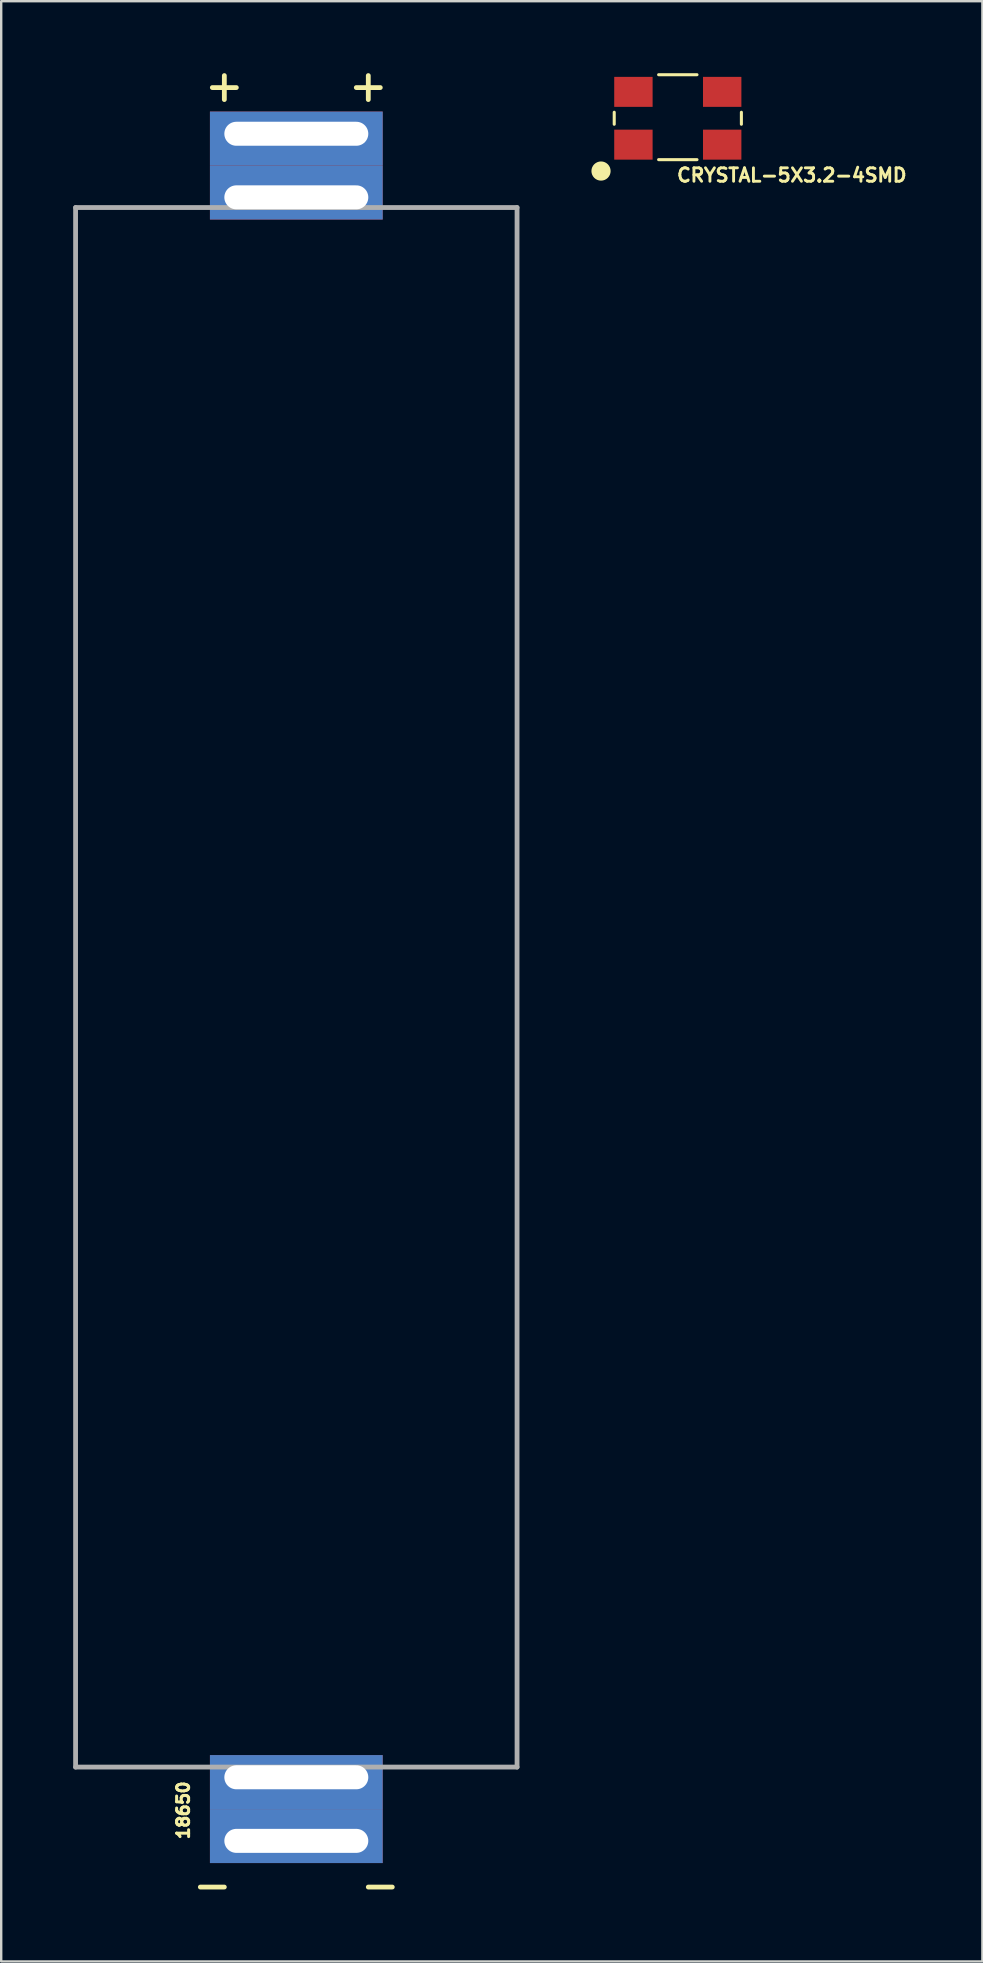
<source format=kicad_pcb>
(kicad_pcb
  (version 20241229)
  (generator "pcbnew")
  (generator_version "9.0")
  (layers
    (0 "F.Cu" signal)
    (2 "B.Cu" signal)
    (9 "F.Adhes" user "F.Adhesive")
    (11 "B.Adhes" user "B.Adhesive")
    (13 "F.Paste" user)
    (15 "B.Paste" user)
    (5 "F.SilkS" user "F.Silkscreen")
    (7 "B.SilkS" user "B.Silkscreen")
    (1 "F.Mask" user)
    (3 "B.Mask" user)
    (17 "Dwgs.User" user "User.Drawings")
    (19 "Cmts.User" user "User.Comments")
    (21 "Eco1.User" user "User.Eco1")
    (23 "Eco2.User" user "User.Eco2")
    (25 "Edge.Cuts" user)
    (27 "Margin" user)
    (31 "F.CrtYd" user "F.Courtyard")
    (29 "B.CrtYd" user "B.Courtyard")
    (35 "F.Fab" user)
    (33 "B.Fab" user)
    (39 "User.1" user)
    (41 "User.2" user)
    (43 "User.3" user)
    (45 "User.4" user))
  (footprint "18650"
    (layer "F.Cu")
    (at 9.3 38.1)
    (property "Reference" "18650" (at -4.421 35.574 90) (layer "F.SilkS") (effects (font (size 0.5 0.5) (thickness 0.125)) (justify left bottom)))
    (fp_rect (start -3.625 -36.525) (end 3.625 -34.5) (stroke (width 0.1) (type solid)) (fill yes) (layer "F.Mask"))
    (fp_rect (start -3.625 -34) (end 3.625 -31.975) (stroke (width 0.1) (type solid)) (fill yes) (layer "F.Mask"))
    (fp_rect (start -3.625 31.975) (end 3.625 34) (stroke (width 0.1) (type solid)) (fill yes) (layer "F.Mask"))
    (fp_rect (start -3.625 34.5) (end 3.625 36.525) (stroke (width 0.1) (type solid)) (fill yes) (layer "F.Mask"))
    (fp_rect (start -3.625 -36.525) (end 3.625 -34.5) (stroke (width 0.1) (type solid)) (fill yes) (layer "B.Mask"))
    (fp_rect (start -3.625 -34) (end 3.625 -31.975) (stroke (width 0.1) (type solid)) (fill yes) (layer "B.Mask"))
    (fp_rect (start -3.625 31.975) (end 3.625 34) (stroke (width 0.1) (type solid)) (fill yes) (layer "B.Mask"))
    (fp_rect (start -3.625 34.5) (end 3.625 36.525) (stroke (width 0.1) (type solid)) (fill yes) (layer "B.Mask"))
    (fp_line (start -4 37.5) (end -3 37.5) (stroke (width 0.2) (type solid)) (layer "F.SilkS"))
    (fp_line (start -3.5 -37.5) (end -2.5 -37.5) (stroke (width 0.2) (type solid)) (layer "F.SilkS"))
    (fp_line (start -3 -38) (end -3 -37) (stroke (width 0.2) (type solid)) (layer "F.SilkS"))
    (fp_line (start 2.5 -37.5) (end 3.5 -37.5) (stroke (width 0.2) (type solid)) (layer "F.SilkS"))
    (fp_line (start 3 -38) (end 3 -37) (stroke (width 0.2) (type solid)) (layer "F.SilkS"))
    (fp_line (start 3 37.5) (end 4 37.5) (stroke (width 0.2) (type solid)) (layer "F.SilkS"))
    (fp_line (start -9.2 -32.5) (end 9.2 -32.5) (stroke (width 0.2) (type solid)) (layer "F.Fab"))
    (fp_line (start -9.2 32.5) (end -9.2 -32.5) (stroke (width 0.2) (type solid)) (layer "F.Fab"))
    (fp_line (start 9.2 -32.5) (end 9.2 32.5) (stroke (width 0.2) (type solid)) (layer "F.Fab"))
    (fp_line (start 9.2 32.5) (end -9.2 32.5) (stroke (width 0.2) (type solid)) (layer "F.Fab"))
    (pad "1" thru_hole rect (at 0 -35.575) (size 7.2 2.25) (drill oval 6 1 (offset 0 0.2)) (layers "*.Cu"))
    (pad "1" thru_hole rect (at 0 -32.925) (size 7.2 2.25) (drill oval 6 1 (offset 0 -0.2)) (layers "*.Cu"))
    (pad "2" thru_hole rect (at 0 32.925) (size 7.2 2.25) (drill oval 6 1 (offset 0 0.2)) (layers "*.Cu"))
    (pad "2" thru_hole rect (at 0 35.575) (size 7.2 2.25) (drill oval 6 1 (offset 0 -0.2)) (layers "*.Cu")))
  (footprint "CRYSTAL-5X3.2-4SMD"
    (layer "F.Cu")
    (at 25.2 1.879)
    (property "Reference" "CRYSTAL-5X3.2-4SMD" (at -0.1 2.7 0) (layer "F.SilkS") (effects (font (size 0.56 0.56) (thickness 0.12)) (justify left bottom)))
    (fp_line (start -2.65 0.25) (end -2.65 -0.25) (stroke (width 0.127) (type solid)) (layer "F.SilkS"))
    (fp_line (start -0.8 -1.815) (end 0.8 -1.815) (stroke (width 0.127) (type solid)) (layer "F.SilkS"))
    (fp_line (start -0.8 1.725) (end 0.8 1.725) (stroke (width 0.127) (type solid)) (layer "F.SilkS"))
    (fp_line (start 2.65 0.25) (end 2.65 -0.25) (stroke (width 0.127) (type solid)) (layer "F.SilkS"))
    (fp_circle (center -3.2 2.2) (end -3 2.2) (stroke (width 0.4) (type solid)) (fill no) (layer "F.SilkS"))
    (fp_poly (pts (xy -1.7 -0.45) (xy -1.05 -0.45) (xy -1.05 -1.35) (xy -1.7 -1.35)) (stroke (width 0) (type solid)) (fill yes) (layer "F.Paste"))
    (fp_poly (pts (xy -1.7 1.35) (xy -1.05 1.35) (xy -1.05 0.45) (xy -1.7 0.45)) (stroke (width 0) (type solid)) (fill yes) (layer "F.Paste"))
    (fp_poly (pts (xy 1.05 -0.45) (xy 1.7 -0.45) (xy 1.7 -1.35) (xy 1.05 -1.35)) (stroke (width 0) (type solid)) (fill yes) (layer "F.Paste"))
    (fp_poly (pts (xy 1.05 1.35) (xy 1.7 1.35) (xy 1.7 0.45) (xy 1.05 0.45)) (stroke (width 0) (type solid)) (fill yes) (layer "F.Paste"))
    (pad "1" smd rect (at -1.85 1.1) (size 1.6 1.25) (layers "F.Cu" "F.Mask"))
    (pad "2" smd rect (at 1.85 1.1) (size 1.6 1.25) (layers "F.Cu" "F.Mask"))
    (pad "3" smd rect (at 1.85 -1.1) (size 1.6 1.25) (layers "F.Cu" "F.Mask"))
    (pad "4" smd rect (at -1.85 -1.1) (size 1.6 1.25) (layers "F.Cu" "F.Mask")))
  (gr_rect
    (start -3 -3)
    (end 37.895 78.7)
    (stroke (width 0.1) (type default))
    (fill no)
    (layer "Edge.Cuts")))
</source>
